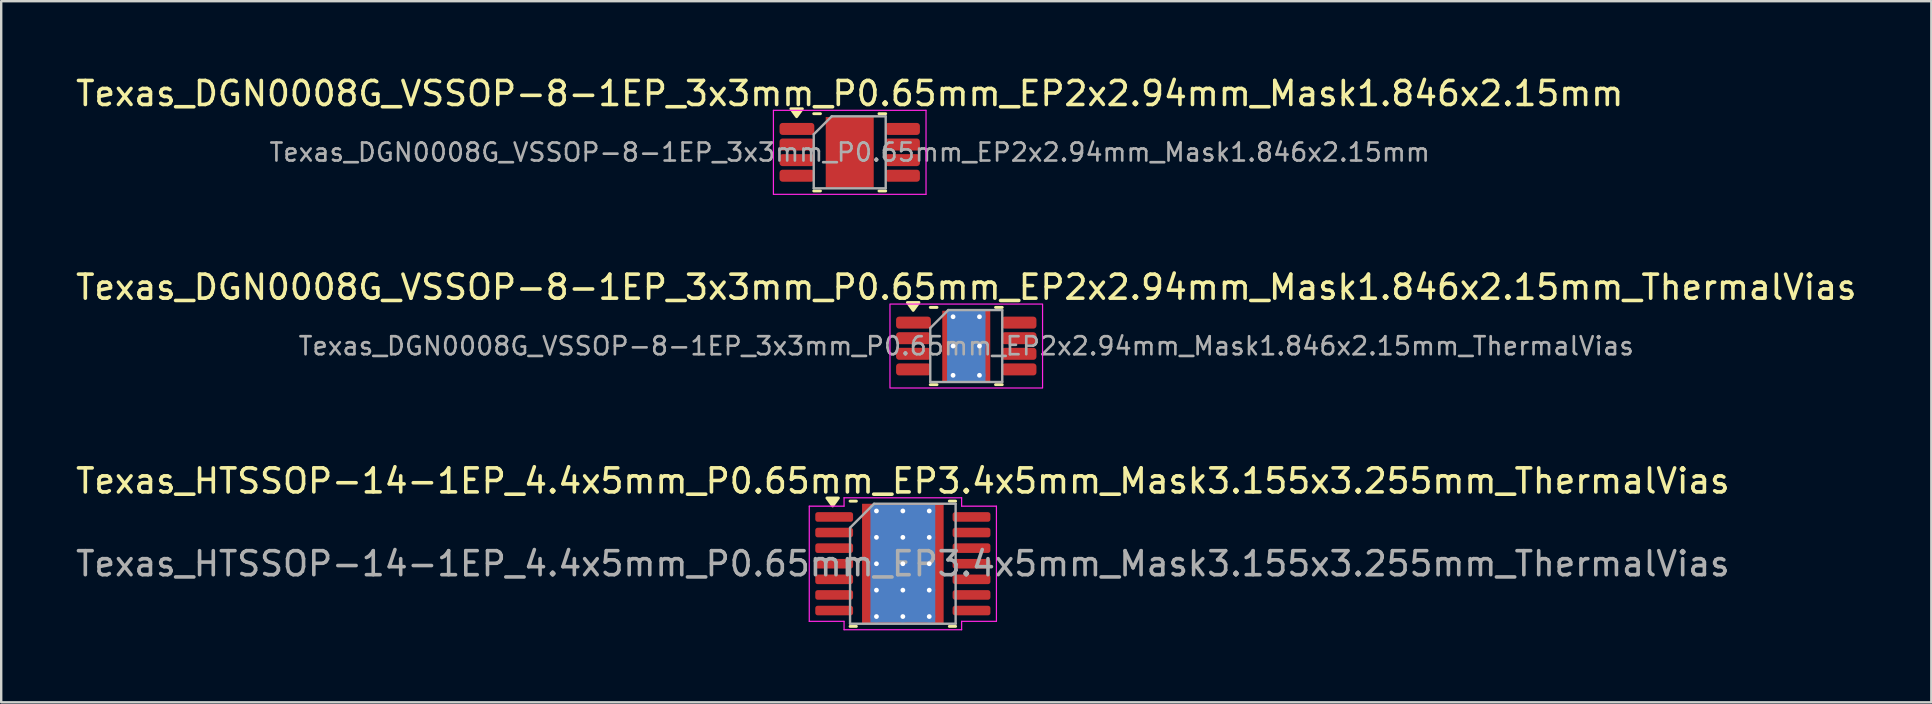
<source format=kicad_pcb>
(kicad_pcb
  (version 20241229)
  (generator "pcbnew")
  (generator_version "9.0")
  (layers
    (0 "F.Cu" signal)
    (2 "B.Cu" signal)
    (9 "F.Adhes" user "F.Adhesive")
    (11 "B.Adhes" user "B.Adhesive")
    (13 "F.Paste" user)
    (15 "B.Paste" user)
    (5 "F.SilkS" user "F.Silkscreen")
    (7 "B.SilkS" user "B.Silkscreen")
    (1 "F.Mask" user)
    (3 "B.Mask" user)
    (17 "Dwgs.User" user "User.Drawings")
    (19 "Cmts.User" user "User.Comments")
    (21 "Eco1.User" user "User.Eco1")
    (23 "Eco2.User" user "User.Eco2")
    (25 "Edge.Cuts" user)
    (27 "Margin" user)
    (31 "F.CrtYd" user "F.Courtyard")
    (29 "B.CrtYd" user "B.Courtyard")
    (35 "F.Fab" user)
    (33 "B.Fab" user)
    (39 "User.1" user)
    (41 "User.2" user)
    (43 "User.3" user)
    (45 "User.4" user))
  (footprint "Texas_HTSSOP-14-1EP_4.4x5mm_P0.65mm_EP3.4x5mm_Mask3.155x3.255mm_ThermalVias"
    (layer "F.Cu")
    (at 34.577 20.445)
    (property "Reference" "Texas_HTSSOP-14-1EP_4.4x5mm_P0.65mm_EP3.4x5mm_Mask3.155x3.255mm_ThermalVias" (at 0 -3.45 0) (layer "F.SilkS") (effects (font (size 1 1) (thickness 0.15))))
    (attr smd)
    (fp_line (start -1.936 -2.61) (end -2.2 -2.61) (stroke (width 0.12) (type solid)) (layer "F.SilkS"))
    (fp_line (start -1.936 2.61) (end -2.2 2.61) (stroke (width 0.12) (type solid)) (layer "F.SilkS"))
    (fp_line (start 1.936 -2.61) (end 2.2 -2.61) (stroke (width 0.12) (type solid)) (layer "F.SilkS"))
    (fp_line (start 1.936 2.61) (end 2.2 2.61) (stroke (width 0.12) (type solid)) (layer "F.SilkS"))
    (fp_poly (pts (xy -2.925 -2.41) (xy -3.165 -2.74) (xy -2.685 -2.74)) (stroke (width 0.12) (type solid)) (fill yes) (layer "F.SilkS"))
    (fp_line (start -3.9 -2.4) (end -2.45 -2.4) (stroke (width 0.05) (type solid)) (layer "F.CrtYd"))
    (fp_line (start -3.9 2.4) (end -3.9 -2.4) (stroke (width 0.05) (type solid)) (layer "F.CrtYd"))
    (fp_line (start -2.45 -2.75) (end 2.45 -2.75) (stroke (width 0.05) (type solid)) (layer "F.CrtYd"))
    (fp_line (start -2.45 -2.4) (end -2.45 -2.75) (stroke (width 0.05) (type solid)) (layer "F.CrtYd"))
    (fp_line (start -2.45 2.4) (end -3.9 2.4) (stroke (width 0.05) (type solid)) (layer "F.CrtYd"))
    (fp_line (start -2.45 2.75) (end -2.45 2.4) (stroke (width 0.05) (type solid)) (layer "F.CrtYd"))
    (fp_line (start 2.45 -2.75) (end 2.45 -2.4) (stroke (width 0.05) (type solid)) (layer "F.CrtYd"))
    (fp_line (start 2.45 -2.4) (end 3.9 -2.4) (stroke (width 0.05) (type solid)) (layer "F.CrtYd"))
    (fp_line (start 2.45 2.4) (end 2.45 2.75) (stroke (width 0.05) (type solid)) (layer "F.CrtYd"))
    (fp_line (start 2.45 2.75) (end -2.45 2.75) (stroke (width 0.05) (type solid)) (layer "F.CrtYd"))
    (fp_line (start 3.9 -2.4) (end 3.9 2.4) (stroke (width 0.05) (type solid)) (layer "F.CrtYd"))
    (fp_line (start 3.9 2.4) (end 2.45 2.4) (stroke (width 0.05) (type solid)) (layer "F.CrtYd"))
    (fp_line (start -2.2 -1.5) (end -1.2 -2.5) (stroke (width 0.1) (type solid)) (layer "F.Fab"))
    (fp_line (start -2.2 2.5) (end -2.2 -1.5) (stroke (width 0.1) (type solid)) (layer "F.Fab"))
    (fp_line (start -1.2 -2.5) (end 2.2 -2.5) (stroke (width 0.1) (type solid)) (layer "F.Fab"))
    (fp_line (start 2.2 -2.5) (end 2.2 2.5) (stroke (width 0.1) (type solid)) (layer "F.Fab"))
    (fp_line (start 2.2 2.5) (end -2.2 2.5) (stroke (width 0.1) (type solid)) (layer "F.Fab"))
    (fp_text user "${REFERENCE}" (at 0 0 0) (layer "F.Fab") (effects (font (size 1 1) (thickness 0.15))))
    (pad "" smd roundrect (at -0.79 -0.815) (size 1.27 1.31) (layers "F.Paste") (roundrect_rratio 0.197))
    (pad "" smd roundrect (at -0.79 0.815) (size 1.27 1.31) (layers "F.Paste") (roundrect_rratio 0.197))
    (pad "" smd rect (at 0 0) (size 3.155 3.255) (layers "F.Mask"))
    (pad "" smd roundrect (at 0.79 -0.815) (size 1.27 1.31) (layers "F.Paste") (roundrect_rratio 0.197))
    (pad "" smd roundrect (at 0.79 0.815) (size 1.27 1.31) (layers "F.Paste") (roundrect_rratio 0.197))
    (pad "1" smd roundrect (at -2.862 -1.95) (size 1.575 0.4) (layers "F.Cu" "F.Mask" "F.Paste") (roundrect_rratio 0.25))
    (pad "2" smd roundrect (at -2.862 -1.3) (size 1.575 0.4) (layers "F.Cu" "F.Mask" "F.Paste") (roundrect_rratio 0.25))
    (pad "3" smd roundrect (at -2.862 -0.65) (size 1.575 0.4) (layers "F.Cu" "F.Mask" "F.Paste") (roundrect_rratio 0.25))
    (pad "4" smd roundrect (at -2.862 0) (size 1.575 0.4) (layers "F.Cu" "F.Mask" "F.Paste") (roundrect_rratio 0.25))
    (pad "5" smd roundrect (at -2.862 0.65) (size 1.575 0.4) (layers "F.Cu" "F.Mask" "F.Paste") (roundrect_rratio 0.25))
    (pad "6" smd roundrect (at -2.862 1.3) (size 1.575 0.4) (layers "F.Cu" "F.Mask" "F.Paste") (roundrect_rratio 0.25))
    (pad "7" smd roundrect (at -2.862 1.95) (size 1.575 0.4) (layers "F.Cu" "F.Mask" "F.Paste") (roundrect_rratio 0.25))
    (pad "8" smd roundrect (at 2.862 1.95) (size 1.575 0.4) (layers "F.Cu" "F.Mask" "F.Paste") (roundrect_rratio 0.25))
    (pad "9" smd roundrect (at 2.862 1.3) (size 1.575 0.4) (layers "F.Cu" "F.Mask" "F.Paste") (roundrect_rratio 0.25))
    (pad "10" smd roundrect (at 2.862 0.65) (size 1.575 0.4) (layers "F.Cu" "F.Mask" "F.Paste") (roundrect_rratio 0.25))
    (pad "11" smd roundrect (at 2.862 0) (size 1.575 0.4) (layers "F.Cu" "F.Mask" "F.Paste") (roundrect_rratio 0.25))
    (pad "12" smd roundrect (at 2.862 -0.65) (size 1.575 0.4) (layers "F.Cu" "F.Mask" "F.Paste") (roundrect_rratio 0.25))
    (pad "13" smd roundrect (at 2.862 -1.3) (size 1.575 0.4) (layers "F.Cu" "F.Mask" "F.Paste") (roundrect_rratio 0.25))
    (pad "14" smd roundrect (at 2.862 -1.95) (size 1.575 0.4) (layers "F.Cu" "F.Mask" "F.Paste") (roundrect_rratio 0.25))
    (pad "15" thru_hole circle (at -1.1 -2.2) (size 0.5 0.5) (drill 0.2) (property pad_prop_heatsink) (layers "*.Cu"))
    (pad "15" thru_hole circle (at -1.1 -1.1) (size 0.5 0.5) (drill 0.2) (property pad_prop_heatsink) (layers "*.Cu"))
    (pad "15" thru_hole circle (at -1.1 0) (size 0.5 0.5) (drill 0.2) (property pad_prop_heatsink) (layers "*.Cu"))
    (pad "15" thru_hole circle (at -1.1 1.1) (size 0.5 0.5) (drill 0.2) (property pad_prop_heatsink) (layers "*.Cu"))
    (pad "15" thru_hole circle (at -1.1 2.2) (size 0.5 0.5) (drill 0.2) (property pad_prop_heatsink) (layers "*.Cu"))
    (pad "15" thru_hole circle (at 0 -2.2) (size 0.5 0.5) (drill 0.2) (property pad_prop_heatsink) (layers "*.Cu"))
    (pad "15" thru_hole circle (at 0 -1.1) (size 0.5 0.5) (drill 0.2) (property pad_prop_heatsink) (layers "*.Cu"))
    (pad "15" thru_hole circle (at 0 0) (size 0.5 0.5) (drill 0.2) (property pad_prop_heatsink) (layers "*.Cu"))
    (pad "15" smd rect (at 0 0) (size 2.7 4.9) (property pad_prop_heatsink) (layers "B.Cu"))
    (pad "15" smd rect (at 0 0) (size 3.4 5) (property pad_prop_heatsink) (layers "F.Cu"))
    (pad "15" thru_hole circle (at 0 1.1) (size 0.5 0.5) (drill 0.2) (property pad_prop_heatsink) (layers "*.Cu"))
    (pad "15" thru_hole circle (at 0 2.2) (size 0.5 0.5) (drill 0.2) (property pad_prop_heatsink) (layers "*.Cu"))
    (pad "15" thru_hole circle (at 1.1 -2.2) (size 0.5 0.5) (drill 0.2) (property pad_prop_heatsink) (layers "*.Cu"))
    (pad "15" thru_hole circle (at 1.1 -1.1) (size 0.5 0.5) (drill 0.2) (property pad_prop_heatsink) (layers "*.Cu"))
    (pad "15" thru_hole circle (at 1.1 0) (size 0.5 0.5) (drill 0.2) (property pad_prop_heatsink) (layers "*.Cu"))
    (pad "15" thru_hole circle (at 1.1 1.1) (size 0.5 0.5) (drill 0.2) (property pad_prop_heatsink) (layers "*.Cu"))
    (pad "15" thru_hole circle (at 1.1 2.2) (size 0.5 0.5) (drill 0.2) (property pad_prop_heatsink) (layers "*.Cu")))
  (footprint "Texas_DGN0008G_VSSOP-8-1EP_3x3mm_P0.65mm_EP2x2.94mm_Mask1.846x2.15mm"
    (layer "F.Cu")
    (at 32.363 3.298)
    (property "Reference" "Texas_DGN0008G_VSSOP-8-1EP_3x3mm_P0.65mm_EP2x2.94mm_Mask1.846x2.15mm" (at 0 -2.45 0) (layer "F.SilkS") (effects (font (size 1 1) (thickness 0.15))))
    (attr smd)
    (fp_line (start -1.219 -1.61) (end -1.5 -1.61) (stroke (width 0.12) (type solid)) (layer "F.SilkS"))
    (fp_line (start -1.219 1.61) (end -1.5 1.61) (stroke (width 0.12) (type solid)) (layer "F.SilkS"))
    (fp_line (start 1.219 -1.61) (end 1.5 -1.61) (stroke (width 0.12) (type solid)) (layer "F.SilkS"))
    (fp_line (start 1.219 1.61) (end 1.5 1.61) (stroke (width 0.12) (type solid)) (layer "F.SilkS"))
    (fp_poly (pts (xy -2.212 -1.485) (xy -2.453 -1.815) (xy -1.972 -1.815) (xy -2.212 -1.485)) (stroke (width 0.12) (type solid)) (fill yes) (layer "F.SilkS"))
    (fp_line (start -3.18 -1.75) (end -3.18 1.75) (stroke (width 0.05) (type solid)) (layer "F.CrtYd"))
    (fp_line (start -3.18 1.75) (end 3.18 1.75) (stroke (width 0.05) (type solid)) (layer "F.CrtYd"))
    (fp_line (start 3.18 -1.75) (end -3.18 -1.75) (stroke (width 0.05) (type solid)) (layer "F.CrtYd"))
    (fp_line (start 3.18 1.75) (end 3.18 -1.75) (stroke (width 0.05) (type solid)) (layer "F.CrtYd"))
    (fp_line (start -1.5 -0.75) (end -0.75 -1.5) (stroke (width 0.1) (type solid)) (layer "F.Fab"))
    (fp_line (start -1.5 1.5) (end -1.5 -0.75) (stroke (width 0.1) (type solid)) (layer "F.Fab"))
    (fp_line (start -0.75 -1.5) (end 1.5 -1.5) (stroke (width 0.1) (type solid)) (layer "F.Fab"))
    (fp_line (start 1.5 -1.5) (end 1.5 1.5) (stroke (width 0.1) (type solid)) (layer "F.Fab"))
    (fp_line (start 1.5 1.5) (end -1.5 1.5) (stroke (width 0.1) (type solid)) (layer "F.Fab"))
    (fp_text user "${REFERENCE}" (at 0 0 0) (layer "F.Fab") (effects (font (size 0.75 0.75) (thickness 0.11))))
    (pad "" smd roundrect (at 0 0) (size 1.49 1.73) (layers "F.Paste") (roundrect_rratio 0.168))
    (pad "" smd rect (at 0 0) (size 1.846 2.15) (layers "F.Mask"))
    (pad "1" smd roundrect (at -2.2 -0.975) (size 1.45 0.5) (layers "F.Cu" "F.Mask" "F.Paste") (roundrect_rratio 0.25))
    (pad "2" smd roundrect (at -2.2 -0.325) (size 1.45 0.5) (layers "F.Cu" "F.Mask" "F.Paste") (roundrect_rratio 0.25))
    (pad "3" smd roundrect (at -2.2 0.325) (size 1.45 0.5) (layers "F.Cu" "F.Mask" "F.Paste") (roundrect_rratio 0.25))
    (pad "4" smd roundrect (at -2.2 0.975) (size 1.45 0.5) (layers "F.Cu" "F.Mask" "F.Paste") (roundrect_rratio 0.25))
    (pad "5" smd roundrect (at 2.2 0.975) (size 1.45 0.5) (layers "F.Cu" "F.Mask" "F.Paste") (roundrect_rratio 0.25))
    (pad "6" smd roundrect (at 2.2 0.325) (size 1.45 0.5) (layers "F.Cu" "F.Mask" "F.Paste") (roundrect_rratio 0.25))
    (pad "7" smd roundrect (at 2.2 -0.325) (size 1.45 0.5) (layers "F.Cu" "F.Mask" "F.Paste") (roundrect_rratio 0.25))
    (pad "8" smd roundrect (at 2.2 -0.975) (size 1.45 0.5) (layers "F.Cu" "F.Mask" "F.Paste") (roundrect_rratio 0.25))
    (pad "9" smd rect (at 0 0) (size 2 2.94) (property pad_prop_heatsink) (layers "F.Cu")))
  (footprint "Texas_DGN0008G_VSSOP-8-1EP_3x3mm_P0.65mm_EP2x2.94mm_Mask1.846x2.15mm_ThermalVias"
    (layer "F.Cu")
    (at 37.22 11.371)
    (property "Reference" "Texas_DGN0008G_VSSOP-8-1EP_3x3mm_P0.65mm_EP2x2.94mm_Mask1.846x2.15mm_ThermalVias" (at 0 -2.45 0) (layer "F.SilkS") (effects (font (size 1 1) (thickness 0.15))))
    (attr smd)
    (fp_line (start -1.219 -1.61) (end -1.5 -1.61) (stroke (width 0.12) (type solid)) (layer "F.SilkS"))
    (fp_line (start -1.219 1.61) (end -1.5 1.61) (stroke (width 0.12) (type solid)) (layer "F.SilkS"))
    (fp_line (start 1.219 -1.61) (end 1.5 -1.61) (stroke (width 0.12) (type solid)) (layer "F.SilkS"))
    (fp_line (start 1.219 1.61) (end 1.5 1.61) (stroke (width 0.12) (type solid)) (layer "F.SilkS"))
    (fp_poly (pts (xy -2.212 -1.485) (xy -2.453 -1.815) (xy -1.972 -1.815)) (stroke (width 0.12) (type solid)) (fill yes) (layer "F.SilkS"))
    (fp_rect (start -3.18 -1.75) (end 3.18 1.75) (stroke (width 0.05) (type solid)) (fill no) (layer "F.CrtYd"))
    (fp_line (start -1.5 -0.75) (end -0.75 -1.5) (stroke (width 0.1) (type solid)) (layer "F.Fab"))
    (fp_line (start -1.5 1.5) (end -1.5 -0.75) (stroke (width 0.1) (type solid)) (layer "F.Fab"))
    (fp_line (start -0.75 -1.5) (end 1.5 -1.5) (stroke (width 0.1) (type solid)) (layer "F.Fab"))
    (fp_line (start 1.5 -1.5) (end 1.5 1.5) (stroke (width 0.1) (type solid)) (layer "F.Fab"))
    (fp_line (start 1.5 1.5) (end -1.5 1.5) (stroke (width 0.1) (type solid)) (layer "F.Fab"))
    (fp_text user "${REFERENCE}" (at 0 0 0) (layer "F.Fab") (effects (font (size 0.75 0.75) (thickness 0.11))))
    (pad "" smd custom (at -0.737 -0.537) (size 0.192 0.192) (layers "F.Paste") (options (anchor circle)) (primitives (gr_poly (pts (xy -0.093 -0.397) (xy 0.093 -0.397) (xy 0.093 0.251) (xy -0.053 0.397) (xy -0.093 0.397)) (width 0.137) (fill yes))))
    (pad "" smd custom (at -0.737 0.537) (size 0.192 0.192) (layers "F.Paste") (options (anchor circle)) (primitives (gr_poly (pts (xy -0.093 -0.397) (xy -0.053 -0.397) (xy 0.093 -0.251) (xy 0.093 0.397) (xy -0.093 0.397)) (width 0.137) (fill yes))))
    (pad "" smd custom (at 0 -0.537) (size 0.834 0.834) (layers "F.Paste") (options (anchor circle)) (primitives (gr_poly (pts (xy -0.379 -0.369) (xy 0.379 -0.369) (xy 0.379 0.288) (xy 0.299 0.369) (xy -0.299 0.369) (xy -0.379 0.288)) (width 0.194) (fill yes))))
    (pad "" smd rect (at 0 0) (size 1.846 2.15) (layers "F.Mask"))
    (pad "" smd custom (at 0 0.537) (size 0.834 0.834) (layers "F.Paste") (options (anchor circle)) (primitives (gr_poly (pts (xy -0.379 -0.288) (xy -0.299 -0.369) (xy 0.299 -0.369) (xy 0.379 -0.288) (xy 0.379 0.369) (xy -0.379 0.369)) (width 0.194) (fill yes))))
    (pad "" smd custom (at 0.737 -0.537) (size 0.192 0.192) (layers "F.Paste") (options (anchor circle)) (primitives (gr_poly (pts (xy -0.093 -0.397) (xy 0.093 -0.397) (xy 0.093 0.397) (xy 0.053 0.397) (xy -0.093 0.251)) (width 0.137) (fill yes))))
    (pad "" smd custom (at 0.737 0.537) (size 0.192 0.192) (layers "F.Paste") (options (anchor circle)) (primitives (gr_poly (pts (xy -0.093 -0.251) (xy 0.053 -0.397) (xy 0.093 -0.397) (xy 0.093 0.397) (xy -0.093 0.397)) (width 0.137) (fill yes))))
    (pad "1" smd roundrect (at -2.2 -0.975) (size 1.45 0.5) (layers "F.Cu" "F.Mask" "F.Paste") (roundrect_rratio 0.25))
    (pad "2" smd roundrect (at -2.2 -0.325) (size 1.45 0.5) (layers "F.Cu" "F.Mask" "F.Paste") (roundrect_rratio 0.25))
    (pad "3" smd roundrect (at -2.2 0.325) (size 1.45 0.5) (layers "F.Cu" "F.Mask" "F.Paste") (roundrect_rratio 0.25))
    (pad "4" smd roundrect (at -2.2 0.975) (size 1.45 0.5) (layers "F.Cu" "F.Mask" "F.Paste") (roundrect_rratio 0.25))
    (pad "5" smd roundrect (at 2.2 0.975) (size 1.45 0.5) (layers "F.Cu" "F.Mask" "F.Paste") (roundrect_rratio 0.25))
    (pad "6" smd roundrect (at 2.2 0.325) (size 1.45 0.5) (layers "F.Cu" "F.Mask" "F.Paste") (roundrect_rratio 0.25))
    (pad "7" smd roundrect (at 2.2 -0.325) (size 1.45 0.5) (layers "F.Cu" "F.Mask" "F.Paste") (roundrect_rratio 0.25))
    (pad "8" smd roundrect (at 2.2 -0.975) (size 1.45 0.5) (layers "F.Cu" "F.Mask" "F.Paste") (roundrect_rratio 0.25))
    (pad "9" thru_hole circle (at -0.55 -1.22) (size 0.5 0.5) (drill 0.2) (property pad_prop_heatsink) (layers "*.Cu"))
    (pad "9" thru_hole circle (at -0.55 0) (size 0.5 0.5) (drill 0.2) (property pad_prop_heatsink) (layers "*.Cu"))
    (pad "9" thru_hole circle (at -0.55 1.22) (size 0.5 0.5) (drill 0.2) (property pad_prop_heatsink) (layers "*.Cu"))
    (pad "9" smd rect (at 0 0) (size 1.6 2.94) (property pad_prop_heatsink) (layers "B.Cu"))
    (pad "9" smd rect (at 0 0) (size 2 2.94) (property pad_prop_heatsink) (layers "F.Cu"))
    (pad "9" thru_hole circle (at 0.55 -1.22) (size 0.5 0.5) (drill 0.2) (property pad_prop_heatsink) (layers "*.Cu"))
    (pad "9" thru_hole circle (at 0.55 0) (size 0.5 0.5) (drill 0.2) (property pad_prop_heatsink) (layers "*.Cu"))
    (pad "9" thru_hole circle (at 0.55 1.22) (size 0.5 0.5) (drill 0.2) (property pad_prop_heatsink) (layers "*.Cu")))
  (gr_rect
    (start -3 -3)
    (end 77.44 26.22)
    (stroke (width 0.1) (type default))
    (fill no)
    (layer "Edge.Cuts")))
</source>
